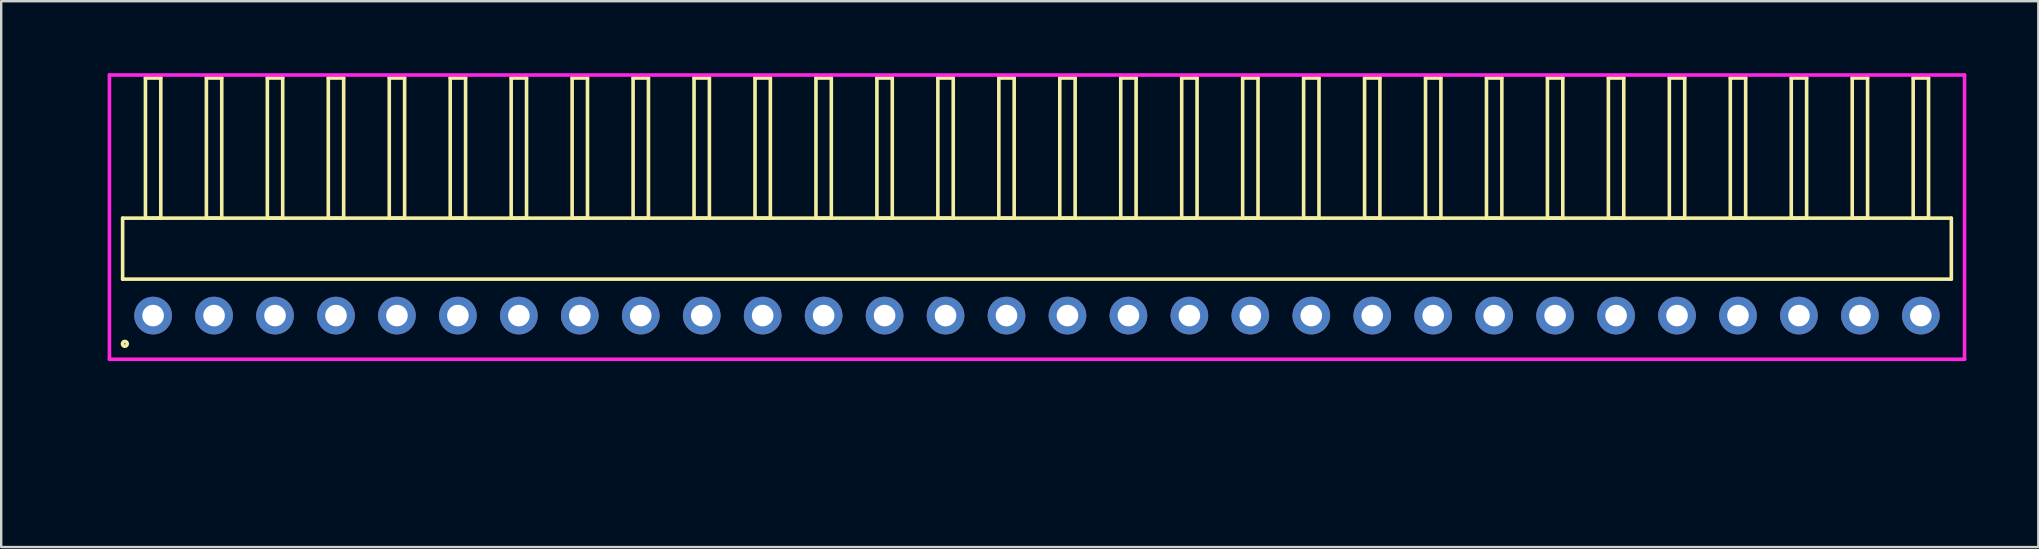
<source format=kicad_pcb>
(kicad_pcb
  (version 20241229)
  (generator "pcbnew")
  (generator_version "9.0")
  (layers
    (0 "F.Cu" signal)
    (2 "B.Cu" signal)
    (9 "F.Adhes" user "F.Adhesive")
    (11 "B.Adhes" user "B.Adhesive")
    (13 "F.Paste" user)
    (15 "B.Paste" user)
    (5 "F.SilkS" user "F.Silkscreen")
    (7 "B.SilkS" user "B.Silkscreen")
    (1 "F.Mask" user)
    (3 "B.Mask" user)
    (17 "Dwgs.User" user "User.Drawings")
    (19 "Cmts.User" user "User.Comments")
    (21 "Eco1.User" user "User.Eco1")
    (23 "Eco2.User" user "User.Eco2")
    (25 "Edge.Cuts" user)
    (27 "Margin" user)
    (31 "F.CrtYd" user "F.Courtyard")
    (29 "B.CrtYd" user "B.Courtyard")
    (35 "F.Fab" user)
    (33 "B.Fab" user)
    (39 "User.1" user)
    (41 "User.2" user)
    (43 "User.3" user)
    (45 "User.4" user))
  (footprint "HDR_RA254P30x1"
    (layer "F.Cu")
    (at 40.16 10.1)
    (property "Reference" "HDR_RA254P30x1" (at -39.4 0 90) (layer "User.1") (effects (font (size 1 1) (thickness 0.1))))
    (attr through_hole)
    (fp_line (start -38.1 -4.06) (end -38.1 -1.52) (stroke (width 0.15) (type solid)) (layer "F.SilkS"))
    (fp_line (start -38.1 -1.52) (end 38.1 -1.52) (stroke (width 0.15) (type solid)) (layer "F.SilkS"))
    (fp_line (start -37.15 -9.9) (end -37.15 -4.06) (stroke (width 0.15) (type solid)) (layer "F.SilkS"))
    (fp_line (start -37.15 -4.06) (end -36.51 -4.06) (stroke (width 0.15) (type solid)) (layer "F.SilkS"))
    (fp_line (start -36.51 -9.9) (end -37.15 -9.9) (stroke (width 0.15) (type solid)) (layer "F.SilkS"))
    (fp_line (start -36.51 -4.06) (end -36.51 -9.9) (stroke (width 0.15) (type solid)) (layer "F.SilkS"))
    (fp_line (start -34.61 -9.9) (end -34.61 -4.06) (stroke (width 0.15) (type solid)) (layer "F.SilkS"))
    (fp_line (start -34.61 -4.06) (end -33.97 -4.06) (stroke (width 0.15) (type solid)) (layer "F.SilkS"))
    (fp_line (start -33.97 -9.9) (end -34.61 -9.9) (stroke (width 0.15) (type solid)) (layer "F.SilkS"))
    (fp_line (start -33.97 -4.06) (end -33.97 -9.9) (stroke (width 0.15) (type solid)) (layer "F.SilkS"))
    (fp_line (start -32.07 -9.9) (end -32.07 -4.06) (stroke (width 0.15) (type solid)) (layer "F.SilkS"))
    (fp_line (start -32.07 -4.06) (end -31.43 -4.06) (stroke (width 0.15) (type solid)) (layer "F.SilkS"))
    (fp_line (start -31.43 -9.9) (end -32.07 -9.9) (stroke (width 0.15) (type solid)) (layer "F.SilkS"))
    (fp_line (start -31.43 -4.06) (end -31.43 -9.9) (stroke (width 0.15) (type solid)) (layer "F.SilkS"))
    (fp_line (start -29.53 -9.9) (end -29.53 -4.06) (stroke (width 0.15) (type solid)) (layer "F.SilkS"))
    (fp_line (start -29.53 -4.06) (end -28.89 -4.06) (stroke (width 0.15) (type solid)) (layer "F.SilkS"))
    (fp_line (start -28.89 -9.9) (end -29.53 -9.9) (stroke (width 0.15) (type solid)) (layer "F.SilkS"))
    (fp_line (start -28.89 -4.06) (end -28.89 -9.9) (stroke (width 0.15) (type solid)) (layer "F.SilkS"))
    (fp_line (start -26.99 -9.9) (end -26.99 -4.06) (stroke (width 0.15) (type solid)) (layer "F.SilkS"))
    (fp_line (start -26.99 -4.06) (end -26.35 -4.06) (stroke (width 0.15) (type solid)) (layer "F.SilkS"))
    (fp_line (start -26.35 -9.9) (end -26.99 -9.9) (stroke (width 0.15) (type solid)) (layer "F.SilkS"))
    (fp_line (start -26.35 -4.06) (end -26.35 -9.9) (stroke (width 0.15) (type solid)) (layer "F.SilkS"))
    (fp_line (start -24.45 -9.9) (end -24.45 -4.06) (stroke (width 0.15) (type solid)) (layer "F.SilkS"))
    (fp_line (start -24.45 -4.06) (end -23.81 -4.06) (stroke (width 0.15) (type solid)) (layer "F.SilkS"))
    (fp_line (start -23.81 -9.9) (end -24.45 -9.9) (stroke (width 0.15) (type solid)) (layer "F.SilkS"))
    (fp_line (start -23.81 -4.06) (end -23.81 -9.9) (stroke (width 0.15) (type solid)) (layer "F.SilkS"))
    (fp_line (start -21.91 -9.9) (end -21.91 -4.06) (stroke (width 0.15) (type solid)) (layer "F.SilkS"))
    (fp_line (start -21.91 -4.06) (end -21.27 -4.06) (stroke (width 0.15) (type solid)) (layer "F.SilkS"))
    (fp_line (start -21.27 -9.9) (end -21.91 -9.9) (stroke (width 0.15) (type solid)) (layer "F.SilkS"))
    (fp_line (start -21.27 -4.06) (end -21.27 -9.9) (stroke (width 0.15) (type solid)) (layer "F.SilkS"))
    (fp_line (start -19.37 -9.9) (end -19.37 -4.06) (stroke (width 0.15) (type solid)) (layer "F.SilkS"))
    (fp_line (start -19.37 -4.06) (end -18.73 -4.06) (stroke (width 0.15) (type solid)) (layer "F.SilkS"))
    (fp_line (start -18.73 -9.9) (end -19.37 -9.9) (stroke (width 0.15) (type solid)) (layer "F.SilkS"))
    (fp_line (start -18.73 -4.06) (end -18.73 -9.9) (stroke (width 0.15) (type solid)) (layer "F.SilkS"))
    (fp_line (start -16.83 -9.9) (end -16.83 -4.06) (stroke (width 0.15) (type solid)) (layer "F.SilkS"))
    (fp_line (start -16.83 -4.06) (end -16.19 -4.06) (stroke (width 0.15) (type solid)) (layer "F.SilkS"))
    (fp_line (start -16.19 -9.9) (end -16.83 -9.9) (stroke (width 0.15) (type solid)) (layer "F.SilkS"))
    (fp_line (start -16.19 -4.06) (end -16.19 -9.9) (stroke (width 0.15) (type solid)) (layer "F.SilkS"))
    (fp_line (start -14.29 -9.9) (end -14.29 -4.06) (stroke (width 0.15) (type solid)) (layer "F.SilkS"))
    (fp_line (start -14.29 -4.06) (end -13.65 -4.06) (stroke (width 0.15) (type solid)) (layer "F.SilkS"))
    (fp_line (start -13.65 -9.9) (end -14.29 -9.9) (stroke (width 0.15) (type solid)) (layer "F.SilkS"))
    (fp_line (start -13.65 -4.06) (end -13.65 -9.9) (stroke (width 0.15) (type solid)) (layer "F.SilkS"))
    (fp_line (start -11.75 -9.9) (end -11.75 -4.06) (stroke (width 0.15) (type solid)) (layer "F.SilkS"))
    (fp_line (start -11.75 -4.06) (end -11.11 -4.06) (stroke (width 0.15) (type solid)) (layer "F.SilkS"))
    (fp_line (start -11.11 -9.9) (end -11.75 -9.9) (stroke (width 0.15) (type solid)) (layer "F.SilkS"))
    (fp_line (start -11.11 -4.06) (end -11.11 -9.9) (stroke (width 0.15) (type solid)) (layer "F.SilkS"))
    (fp_line (start -9.21 -9.9) (end -9.21 -4.06) (stroke (width 0.15) (type solid)) (layer "F.SilkS"))
    (fp_line (start -9.21 -4.06) (end -8.57 -4.06) (stroke (width 0.15) (type solid)) (layer "F.SilkS"))
    (fp_line (start -8.57 -9.9) (end -9.21 -9.9) (stroke (width 0.15) (type solid)) (layer "F.SilkS"))
    (fp_line (start -8.57 -4.06) (end -8.57 -9.9) (stroke (width 0.15) (type solid)) (layer "F.SilkS"))
    (fp_line (start -6.67 -9.9) (end -6.67 -4.06) (stroke (width 0.15) (type solid)) (layer "F.SilkS"))
    (fp_line (start -6.67 -4.06) (end -6.03 -4.06) (stroke (width 0.15) (type solid)) (layer "F.SilkS"))
    (fp_line (start -6.03 -9.9) (end -6.67 -9.9) (stroke (width 0.15) (type solid)) (layer "F.SilkS"))
    (fp_line (start -6.03 -4.06) (end -6.03 -9.9) (stroke (width 0.15) (type solid)) (layer "F.SilkS"))
    (fp_line (start -4.13 -9.9) (end -4.13 -4.06) (stroke (width 0.15) (type solid)) (layer "F.SilkS"))
    (fp_line (start -4.13 -4.06) (end -3.49 -4.06) (stroke (width 0.15) (type solid)) (layer "F.SilkS"))
    (fp_line (start -3.49 -9.9) (end -4.13 -9.9) (stroke (width 0.15) (type solid)) (layer "F.SilkS"))
    (fp_line (start -3.49 -4.06) (end -3.49 -9.9) (stroke (width 0.15) (type solid)) (layer "F.SilkS"))
    (fp_line (start -1.59 -9.9) (end -1.59 -4.06) (stroke (width 0.15) (type solid)) (layer "F.SilkS"))
    (fp_line (start -1.59 -4.06) (end -0.95 -4.06) (stroke (width 0.15) (type solid)) (layer "F.SilkS"))
    (fp_line (start -0.95 -9.9) (end -1.59 -9.9) (stroke (width 0.15) (type solid)) (layer "F.SilkS"))
    (fp_line (start -0.95 -4.06) (end -0.95 -9.9) (stroke (width 0.15) (type solid)) (layer "F.SilkS"))
    (fp_line (start 0.95 -9.9) (end 0.95 -4.06) (stroke (width 0.15) (type solid)) (layer "F.SilkS"))
    (fp_line (start 0.95 -4.06) (end 1.59 -4.06) (stroke (width 0.15) (type solid)) (layer "F.SilkS"))
    (fp_line (start 1.59 -9.9) (end 0.95 -9.9) (stroke (width 0.15) (type solid)) (layer "F.SilkS"))
    (fp_line (start 1.59 -4.06) (end 1.59 -9.9) (stroke (width 0.15) (type solid)) (layer "F.SilkS"))
    (fp_line (start 3.49 -9.9) (end 3.49 -4.06) (stroke (width 0.15) (type solid)) (layer "F.SilkS"))
    (fp_line (start 3.49 -4.06) (end 4.13 -4.06) (stroke (width 0.15) (type solid)) (layer "F.SilkS"))
    (fp_line (start 4.13 -9.9) (end 3.49 -9.9) (stroke (width 0.15) (type solid)) (layer "F.SilkS"))
    (fp_line (start 4.13 -4.06) (end 4.13 -9.9) (stroke (width 0.15) (type solid)) (layer "F.SilkS"))
    (fp_line (start 6.03 -9.9) (end 6.03 -4.06) (stroke (width 0.15) (type solid)) (layer "F.SilkS"))
    (fp_line (start 6.03 -4.06) (end 6.67 -4.06) (stroke (width 0.15) (type solid)) (layer "F.SilkS"))
    (fp_line (start 6.67 -9.9) (end 6.03 -9.9) (stroke (width 0.15) (type solid)) (layer "F.SilkS"))
    (fp_line (start 6.67 -4.06) (end 6.67 -9.9) (stroke (width 0.15) (type solid)) (layer "F.SilkS"))
    (fp_line (start 8.57 -9.9) (end 8.57 -4.06) (stroke (width 0.15) (type solid)) (layer "F.SilkS"))
    (fp_line (start 8.57 -4.06) (end 9.21 -4.06) (stroke (width 0.15) (type solid)) (layer "F.SilkS"))
    (fp_line (start 9.21 -9.9) (end 8.57 -9.9) (stroke (width 0.15) (type solid)) (layer "F.SilkS"))
    (fp_line (start 9.21 -4.06) (end 9.21 -9.9) (stroke (width 0.15) (type solid)) (layer "F.SilkS"))
    (fp_line (start 11.11 -9.9) (end 11.11 -4.06) (stroke (width 0.15) (type solid)) (layer "F.SilkS"))
    (fp_line (start 11.11 -4.06) (end 11.75 -4.06) (stroke (width 0.15) (type solid)) (layer "F.SilkS"))
    (fp_line (start 11.75 -9.9) (end 11.11 -9.9) (stroke (width 0.15) (type solid)) (layer "F.SilkS"))
    (fp_line (start 11.75 -4.06) (end 11.75 -9.9) (stroke (width 0.15) (type solid)) (layer "F.SilkS"))
    (fp_line (start 13.65 -9.9) (end 13.65 -4.06) (stroke (width 0.15) (type solid)) (layer "F.SilkS"))
    (fp_line (start 13.65 -4.06) (end 14.29 -4.06) (stroke (width 0.15) (type solid)) (layer "F.SilkS"))
    (fp_line (start 14.29 -9.9) (end 13.65 -9.9) (stroke (width 0.15) (type solid)) (layer "F.SilkS"))
    (fp_line (start 14.29 -4.06) (end 14.29 -9.9) (stroke (width 0.15) (type solid)) (layer "F.SilkS"))
    (fp_line (start 16.19 -9.9) (end 16.19 -4.06) (stroke (width 0.15) (type solid)) (layer "F.SilkS"))
    (fp_line (start 16.19 -4.06) (end 16.83 -4.06) (stroke (width 0.15) (type solid)) (layer "F.SilkS"))
    (fp_line (start 16.83 -9.9) (end 16.19 -9.9) (stroke (width 0.15) (type solid)) (layer "F.SilkS"))
    (fp_line (start 16.83 -4.06) (end 16.83 -9.9) (stroke (width 0.15) (type solid)) (layer "F.SilkS"))
    (fp_line (start 18.73 -9.9) (end 18.73 -4.06) (stroke (width 0.15) (type solid)) (layer "F.SilkS"))
    (fp_line (start 18.73 -4.06) (end 19.37 -4.06) (stroke (width 0.15) (type solid)) (layer "F.SilkS"))
    (fp_line (start 19.37 -9.9) (end 18.73 -9.9) (stroke (width 0.15) (type solid)) (layer "F.SilkS"))
    (fp_line (start 19.37 -4.06) (end 19.37 -9.9) (stroke (width 0.15) (type solid)) (layer "F.SilkS"))
    (fp_line (start 21.27 -9.9) (end 21.27 -4.06) (stroke (width 0.15) (type solid)) (layer "F.SilkS"))
    (fp_line (start 21.27 -4.06) (end 21.91 -4.06) (stroke (width 0.15) (type solid)) (layer "F.SilkS"))
    (fp_line (start 21.91 -9.9) (end 21.27 -9.9) (stroke (width 0.15) (type solid)) (layer "F.SilkS"))
    (fp_line (start 21.91 -4.06) (end 21.91 -9.9) (stroke (width 0.15) (type solid)) (layer "F.SilkS"))
    (fp_line (start 23.81 -9.9) (end 23.81 -4.06) (stroke (width 0.15) (type solid)) (layer "F.SilkS"))
    (fp_line (start 23.81 -4.06) (end 24.45 -4.06) (stroke (width 0.15) (type solid)) (layer "F.SilkS"))
    (fp_line (start 24.45 -9.9) (end 23.81 -9.9) (stroke (width 0.15) (type solid)) (layer "F.SilkS"))
    (fp_line (start 24.45 -4.06) (end 24.45 -9.9) (stroke (width 0.15) (type solid)) (layer "F.SilkS"))
    (fp_line (start 26.35 -9.9) (end 26.35 -4.06) (stroke (width 0.15) (type solid)) (layer "F.SilkS"))
    (fp_line (start 26.35 -4.06) (end 26.99 -4.06) (stroke (width 0.15) (type solid)) (layer "F.SilkS"))
    (fp_line (start 26.99 -9.9) (end 26.35 -9.9) (stroke (width 0.15) (type solid)) (layer "F.SilkS"))
    (fp_line (start 26.99 -4.06) (end 26.99 -9.9) (stroke (width 0.15) (type solid)) (layer "F.SilkS"))
    (fp_line (start 28.89 -9.9) (end 28.89 -4.06) (stroke (width 0.15) (type solid)) (layer "F.SilkS"))
    (fp_line (start 28.89 -4.06) (end 29.53 -4.06) (stroke (width 0.15) (type solid)) (layer "F.SilkS"))
    (fp_line (start 29.53 -9.9) (end 28.89 -9.9) (stroke (width 0.15) (type solid)) (layer "F.SilkS"))
    (fp_line (start 29.53 -4.06) (end 29.53 -9.9) (stroke (width 0.15) (type solid)) (layer "F.SilkS"))
    (fp_line (start 31.43 -9.9) (end 31.43 -4.06) (stroke (width 0.15) (type solid)) (layer "F.SilkS"))
    (fp_line (start 31.43 -4.06) (end 32.07 -4.06) (stroke (width 0.15) (type solid)) (layer "F.SilkS"))
    (fp_line (start 32.07 -9.9) (end 31.43 -9.9) (stroke (width 0.15) (type solid)) (layer "F.SilkS"))
    (fp_line (start 32.07 -4.06) (end 32.07 -9.9) (stroke (width 0.15) (type solid)) (layer "F.SilkS"))
    (fp_line (start 33.97 -9.9) (end 33.97 -4.06) (stroke (width 0.15) (type solid)) (layer "F.SilkS"))
    (fp_line (start 33.97 -4.06) (end 34.61 -4.06) (stroke (width 0.15) (type solid)) (layer "F.SilkS"))
    (fp_line (start 34.61 -9.9) (end 33.97 -9.9) (stroke (width 0.15) (type solid)) (layer "F.SilkS"))
    (fp_line (start 34.61 -4.06) (end 34.61 -9.9) (stroke (width 0.15) (type solid)) (layer "F.SilkS"))
    (fp_line (start 36.51 -9.9) (end 36.51 -4.06) (stroke (width 0.15) (type solid)) (layer "F.SilkS"))
    (fp_line (start 36.51 -4.06) (end 37.15 -4.06) (stroke (width 0.15) (type solid)) (layer "F.SilkS"))
    (fp_line (start 37.15 -9.9) (end 36.51 -9.9) (stroke (width 0.15) (type solid)) (layer "F.SilkS"))
    (fp_line (start 37.15 -4.06) (end 37.15 -9.9) (stroke (width 0.15) (type solid)) (layer "F.SilkS"))
    (fp_line (start 38.1 -4.06) (end -38.1 -4.06) (stroke (width 0.15) (type solid)) (layer "F.SilkS"))
    (fp_line (start 38.1 -1.52) (end 38.1 -4.06) (stroke (width 0.15) (type solid)) (layer "F.SilkS"))
    (fp_circle (center -38.007 1.177) (end -37.907 1.177) (stroke (width 0.15) (type solid)) (fill no) (layer "F.SilkS"))
    (fp_line (start -38.65 -10.025) (end -38.65 1.82) (stroke (width 0.15) (type solid)) (layer "F.CrtYd"))
    (fp_line (start -38.65 1.82) (end 38.65 1.82) (stroke (width 0.15) (type solid)) (layer "F.CrtYd"))
    (fp_line (start 38.65 -10.025) (end -38.65 -10.025) (stroke (width 0.15) (type solid)) (layer "F.CrtYd"))
    (fp_line (start 38.65 1.82) (end 38.65 -10.025) (stroke (width 0.15) (type solid)) (layer "F.CrtYd"))
    (pad "1" thru_hole oval (at -36.83 0) (size 1.57 1.57) (drill 0.9) (layers "*.Cu" "*.Mask"))
    (pad "2" thru_hole oval (at -34.29 0) (size 1.57 1.57) (drill 0.9) (layers "*.Cu" "*.Mask"))
    (pad "3" thru_hole oval (at -31.75 0) (size 1.57 1.57) (drill 0.9) (layers "*.Cu" "*.Mask"))
    (pad "4" thru_hole oval (at -29.21 0) (size 1.57 1.57) (drill 0.9) (layers "*.Cu" "*.Mask"))
    (pad "5" thru_hole oval (at -26.67 0) (size 1.57 1.57) (drill 0.9) (layers "*.Cu" "*.Mask"))
    (pad "6" thru_hole oval (at -24.13 0) (size 1.57 1.57) (drill 0.9) (layers "*.Cu" "*.Mask"))
    (pad "7" thru_hole oval (at -21.59 0) (size 1.57 1.57) (drill 0.9) (layers "*.Cu" "*.Mask"))
    (pad "8" thru_hole oval (at -19.05 0) (size 1.57 1.57) (drill 0.9) (layers "*.Cu" "*.Mask"))
    (pad "9" thru_hole oval (at -16.51 0) (size 1.57 1.57) (drill 0.9) (layers "*.Cu" "*.Mask"))
    (pad "10" thru_hole oval (at -13.97 0) (size 1.57 1.57) (drill 0.9) (layers "*.Cu" "*.Mask"))
    (pad "11" thru_hole oval (at -11.43 0) (size 1.57 1.57) (drill 0.9) (layers "*.Cu" "*.Mask"))
    (pad "12" thru_hole oval (at -8.89 0) (size 1.57 1.57) (drill 0.9) (layers "*.Cu" "*.Mask"))
    (pad "13" thru_hole oval (at -6.35 0) (size 1.57 1.57) (drill 0.9) (layers "*.Cu" "*.Mask"))
    (pad "14" thru_hole oval (at -3.81 0) (size 1.57 1.57) (drill 0.9) (layers "*.Cu" "*.Mask"))
    (pad "15" thru_hole oval (at -1.27 0) (size 1.57 1.57) (drill 0.9) (layers "*.Cu" "*.Mask"))
    (pad "16" thru_hole oval (at 1.27 0) (size 1.57 1.57) (drill 0.9) (layers "*.Cu" "*.Mask"))
    (pad "17" thru_hole oval (at 3.81 0) (size 1.57 1.57) (drill 0.9) (layers "*.Cu" "*.Mask"))
    (pad "18" thru_hole oval (at 6.35 0) (size 1.57 1.57) (drill 0.9) (layers "*.Cu" "*.Mask"))
    (pad "19" thru_hole oval (at 8.89 0) (size 1.57 1.57) (drill 0.9) (layers "*.Cu" "*.Mask"))
    (pad "20" thru_hole oval (at 11.43 0) (size 1.57 1.57) (drill 0.9) (layers "*.Cu" "*.Mask"))
    (pad "21" thru_hole oval (at 13.97 0) (size 1.57 1.57) (drill 0.9) (layers "*.Cu" "*.Mask"))
    (pad "22" thru_hole oval (at 16.51 0) (size 1.57 1.57) (drill 0.9) (layers "*.Cu" "*.Mask"))
    (pad "23" thru_hole oval (at 19.05 0) (size 1.57 1.57) (drill 0.9) (layers "*.Cu" "*.Mask"))
    (pad "24" thru_hole oval (at 21.59 0) (size 1.57 1.57) (drill 0.9) (layers "*.Cu" "*.Mask"))
    (pad "25" thru_hole oval (at 24.13 0) (size 1.57 1.57) (drill 0.9) (layers "*.Cu" "*.Mask"))
    (pad "26" thru_hole oval (at 26.67 0) (size 1.57 1.57) (drill 0.9) (layers "*.Cu" "*.Mask"))
    (pad "27" thru_hole oval (at 29.21 0) (size 1.57 1.57) (drill 0.9) (layers "*.Cu" "*.Mask"))
    (pad "28" thru_hole oval (at 31.75 0) (size 1.57 1.57) (drill 0.9) (layers "*.Cu" "*.Mask"))
    (pad "29" thru_hole oval (at 34.29 0) (size 1.57 1.57) (drill 0.9) (layers "*.Cu" "*.Mask"))
    (pad "30" thru_hole oval (at 36.83 0) (size 1.57 1.57) (drill 0.9) (layers "*.Cu" "*.Mask")))
  (gr_rect
    (start -3 -3)
    (end 81.885 19.745)
    (stroke (width 0.1) (type default))
    (fill no)
    (layer "Edge.Cuts")))
</source>
